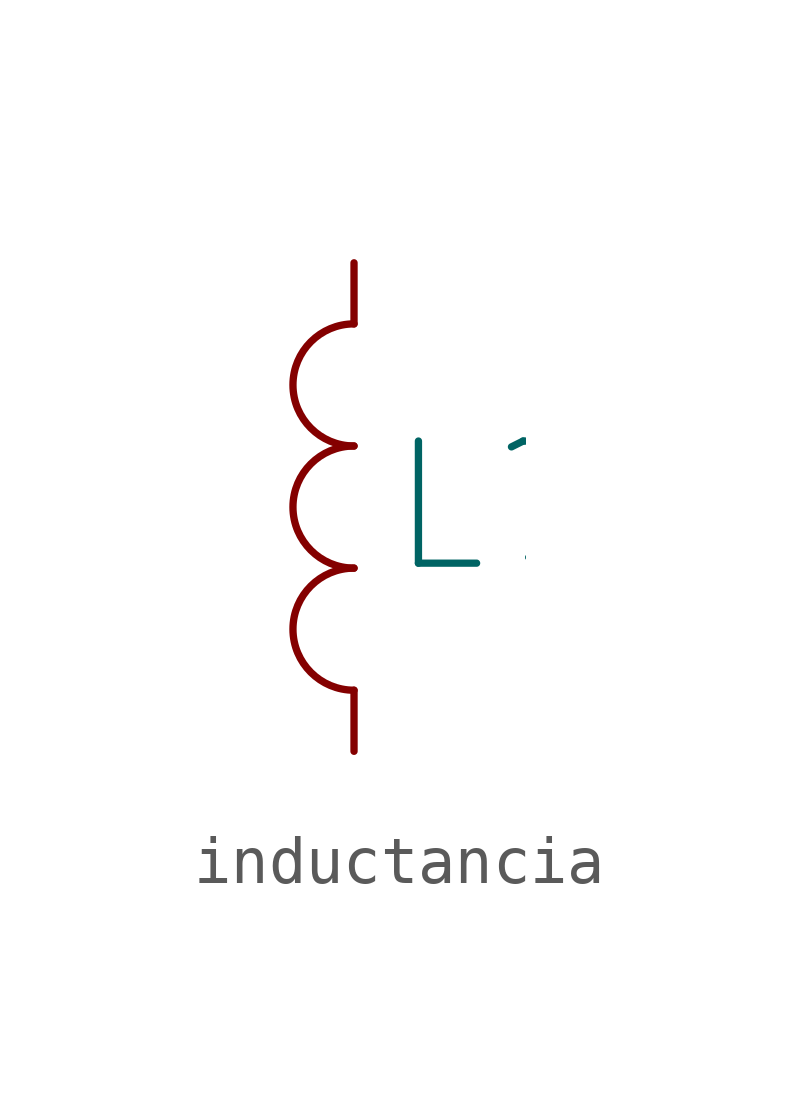
<source format=kicad_sym>
(kicad_symbol_lib
  (version 20220914)
  (generator kicad_symbol_editor)
  (symbol "inductancia"
    (pin_names
      (offset 1.016))
    (property "Reference" "L"
      (at 0.635 -5.08 0)
      (effects (font (size 2.54 2.54)) (justify left)))
    (symbol "inductancia_0_1"
      (arc (start 0 -6.35) (mid -1.2645 -7.62) (end 0 -8.89) (stroke (width 0) (type default)) (fill (type none)))
      (arc (start 0 -3.81) (mid -1.2645 -5.08) (end 0 -6.35) (stroke (width 0) (type default)) (fill (type none)))
      (arc (start 0 -1.27) (mid -1.2645 -2.54) (end 0 -3.81) (stroke (width 0) (type default)) (fill (type none))))
    (symbol "inductancia_1_1"
      (pin input line (at 0 -10.16 90) (length 1.27) (name "" (effects (font (size 1.27 1.27)))) (number "" (effects (font (size 1.143 1.143)))))
      (pin input line (at 0 0 270) (length 1.27) (name "" (effects (font (size 1.27 1.27)))) (number "" (effects (font (size 1.143 1.143))))))))
</source>
